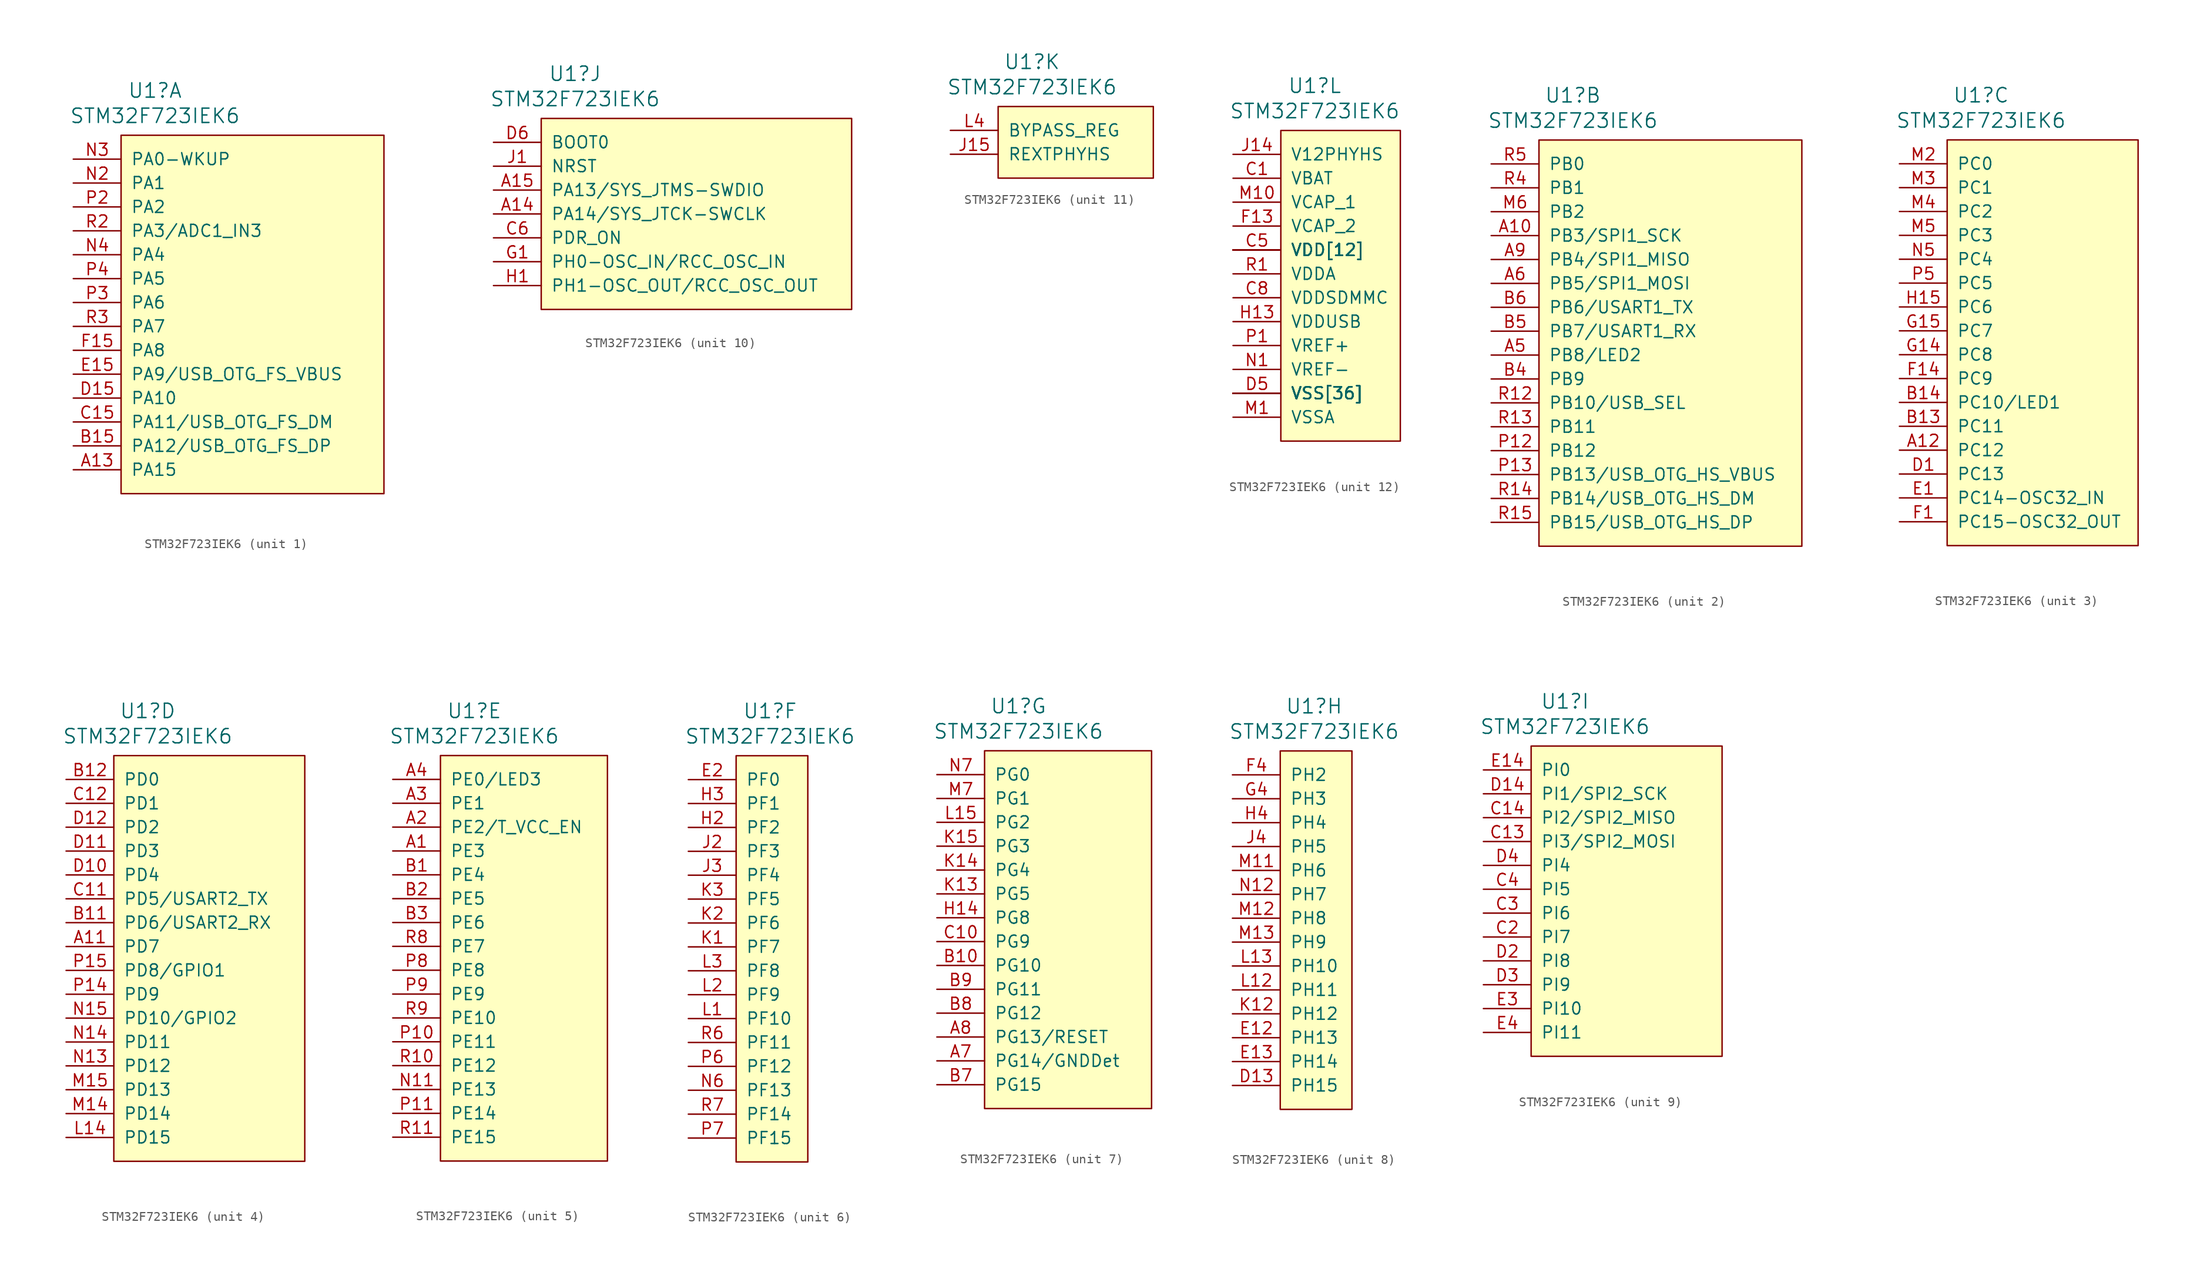
<source format=kicad_sym>
(kicad_symbol_lib
  (version 20241209)
  (generator "kicad_symbol_editor")
  (generator_version "9.0")
  (symbol "STM32F723IEK6"
    (pin_names
      (offset 1.016))
    (property "Reference" "U1"
      (at 8.687 7.29 0)
      (effects (font (size 1.524 1.524))))
    (property "Value" "STM32F723IEK6"
      (at 8.687 4.597 0)
      (effects (font (size 1.524 1.524))))
    (property "ki_locked" ""
      (at 0 0 0)
      (effects (font (size 1.27 1.27))))
    (symbol "STM32F723IEK6_1_1"
      (rectangle (start 5.08 2.54) (end 33.02 -35.56) (stroke (width 0) (type solid)) (fill (type background)))
      (pin bidirectional line (at 0 0 0) (length 5.08) (name "PA0-WKUP" (effects (font (size 1.27 1.27)))) (number "N3" (effects (font (size 1.27 1.27)))))
      (pin bidirectional line (at 0 -2.54 0) (length 5.08) (name "PA1" (effects (font (size 1.27 1.27)))) (number "N2" (effects (font (size 1.27 1.27)))))
      (pin bidirectional line (at 0 -5.08 0) (length 5.08) (name "PA2" (effects (font (size 1.27 1.27)))) (number "P2" (effects (font (size 1.27 1.27)))))
      (pin bidirectional line (at 0 -7.62 0) (length 5.08) (name "PA3/ADC1_IN3" (effects (font (size 1.27 1.27)))) (number "R2" (effects (font (size 1.27 1.27)))))
      (pin bidirectional line (at 0 -10.16 0) (length 5.08) (name "PA4" (effects (font (size 1.27 1.27)))) (number "N4" (effects (font (size 1.27 1.27)))))
      (pin bidirectional line (at 0 -12.7 0) (length 5.08) (name "PA5" (effects (font (size 1.27 1.27)))) (number "P4" (effects (font (size 1.27 1.27)))))
      (pin bidirectional line (at 0 -15.24 0) (length 5.08) (name "PA6" (effects (font (size 1.27 1.27)))) (number "P3" (effects (font (size 1.27 1.27)))))
      (pin bidirectional line (at 0 -17.78 0) (length 5.08) (name "PA7" (effects (font (size 1.27 1.27)))) (number "R3" (effects (font (size 1.27 1.27)))))
      (pin bidirectional line (at 0 -20.32 0) (length 5.08) (name "PA8" (effects (font (size 1.27 1.27)))) (number "F15" (effects (font (size 1.27 1.27)))))
      (pin bidirectional line (at 0 -22.86 0) (length 5.08) (name "PA9/USB_OTG_FS_VBUS" (effects (font (size 1.27 1.27)))) (number "E15" (effects (font (size 1.27 1.27)))))
      (pin bidirectional line (at 0 -25.4 0) (length 5.08) (name "PA10" (effects (font (size 1.27 1.27)))) (number "D15" (effects (font (size 1.27 1.27)))))
      (pin bidirectional line (at 0 -27.94 0) (length 5.08) (name "PA11/USB_OTG_FS_DM" (effects (font (size 1.27 1.27)))) (number "C15" (effects (font (size 1.27 1.27)))))
      (pin bidirectional line (at 0 -30.48 0) (length 5.08) (name "PA12/USB_OTG_FS_DP" (effects (font (size 1.27 1.27)))) (number "B15" (effects (font (size 1.27 1.27)))))
      (pin bidirectional line (at 0 -33.02 0) (length 5.08) (name "PA15" (effects (font (size 1.27 1.27)))) (number "A13" (effects (font (size 1.27 1.27))))))
    (symbol "STM32F723IEK6_2_1"
      (rectangle (start 5.08 2.54) (end 33.02 -40.64) (stroke (width 0) (type solid)) (fill (type background)))
      (pin bidirectional line (at 0 0 0) (length 5.08) (name "PB0" (effects (font (size 1.27 1.27)))) (number "R5" (effects (font (size 1.27 1.27)))))
      (pin bidirectional line (at 0 -2.54 0) (length 5.08) (name "PB1" (effects (font (size 1.27 1.27)))) (number "R4" (effects (font (size 1.27 1.27)))))
      (pin bidirectional line (at 0 -5.08 0) (length 5.08) (name "PB2" (effects (font (size 1.27 1.27)))) (number "M6" (effects (font (size 1.27 1.27)))))
      (pin bidirectional line (at 0 -7.62 0) (length 5.08) (name "PB3/SPI1_SCK" (effects (font (size 1.27 1.27)))) (number "A10" (effects (font (size 1.27 1.27)))))
      (pin bidirectional line (at 0 -10.16 0) (length 5.08) (name "PB4/SPI1_MISO" (effects (font (size 1.27 1.27)))) (number "A9" (effects (font (size 1.27 1.27)))))
      (pin bidirectional line (at 0 -12.7 0) (length 5.08) (name "PB5/SPI1_MOSI" (effects (font (size 1.27 1.27)))) (number "A6" (effects (font (size 1.27 1.27)))))
      (pin bidirectional line (at 0 -15.24 0) (length 5.08) (name "PB6/USART1_TX" (effects (font (size 1.27 1.27)))) (number "B6" (effects (font (size 1.27 1.27)))))
      (pin bidirectional line (at 0 -17.78 0) (length 5.08) (name "PB7/USART1_RX" (effects (font (size 1.27 1.27)))) (number "B5" (effects (font (size 1.27 1.27)))))
      (pin output line (at 0 -20.32 0) (length 5.08) (name "PB8/LED2" (effects (font (size 1.27 1.27)))) (number "A5" (effects (font (size 1.27 1.27)))))
      (pin bidirectional line (at 0 -22.86 0) (length 5.08) (name "PB9" (effects (font (size 1.27 1.27)))) (number "B4" (effects (font (size 1.27 1.27)))))
      (pin output line (at 0 -25.4 0) (length 5.08) (name "PB10/USB_SEL" (effects (font (size 1.27 1.27)))) (number "R12" (effects (font (size 1.27 1.27)))))
      (pin bidirectional line (at 0 -27.94 0) (length 5.08) (name "PB11" (effects (font (size 1.27 1.27)))) (number "R13" (effects (font (size 1.27 1.27)))))
      (pin bidirectional line (at 0 -30.48 0) (length 5.08) (name "PB12" (effects (font (size 1.27 1.27)))) (number "P12" (effects (font (size 1.27 1.27)))))
      (pin bidirectional line (at 0 -33.02 0) (length 5.08) (name "PB13/USB_OTG_HS_VBUS" (effects (font (size 1.27 1.27)))) (number "P13" (effects (font (size 1.27 1.27)))))
      (pin bidirectional line (at 0 -35.56 0) (length 5.08) (name "PB14/USB_OTG_HS_DM" (effects (font (size 1.27 1.27)))) (number "R14" (effects (font (size 1.27 1.27)))))
      (pin bidirectional line (at 0 -38.1 0) (length 5.08) (name "PB15/USB_OTG_HS_DP" (effects (font (size 1.27 1.27)))) (number "R15" (effects (font (size 1.27 1.27))))))
    (symbol "STM32F723IEK6_3_1"
      (rectangle (start 5.08 2.54) (end 25.4 -40.64) (stroke (width 0) (type solid)) (fill (type background)))
      (pin bidirectional line (at 0 0 0) (length 5.08) (name "PC0" (effects (font (size 1.27 1.27)))) (number "M2" (effects (font (size 1.27 1.27)))))
      (pin bidirectional line (at 0 -2.54 0) (length 5.08) (name "PC1" (effects (font (size 1.27 1.27)))) (number "M3" (effects (font (size 1.27 1.27)))))
      (pin bidirectional line (at 0 -5.08 0) (length 5.08) (name "PC2" (effects (font (size 1.27 1.27)))) (number "M4" (effects (font (size 1.27 1.27)))))
      (pin bidirectional line (at 0 -7.62 0) (length 5.08) (name "PC3" (effects (font (size 1.27 1.27)))) (number "M5" (effects (font (size 1.27 1.27)))))
      (pin bidirectional line (at 0 -10.16 0) (length 5.08) (name "PC4" (effects (font (size 1.27 1.27)))) (number "N5" (effects (font (size 1.27 1.27)))))
      (pin bidirectional line (at 0 -12.7 0) (length 5.08) (name "PC5" (effects (font (size 1.27 1.27)))) (number "P5" (effects (font (size 1.27 1.27)))))
      (pin bidirectional line (at 0 -15.24 0) (length 5.08) (name "PC6" (effects (font (size 1.27 1.27)))) (number "H15" (effects (font (size 1.27 1.27)))))
      (pin bidirectional line (at 0 -17.78 0) (length 5.08) (name "PC7" (effects (font (size 1.27 1.27)))) (number "G15" (effects (font (size 1.27 1.27)))))
      (pin bidirectional line (at 0 -20.32 0) (length 5.08) (name "PC8" (effects (font (size 1.27 1.27)))) (number "G14" (effects (font (size 1.27 1.27)))))
      (pin bidirectional line (at 0 -22.86 0) (length 5.08) (name "PC9" (effects (font (size 1.27 1.27)))) (number "F14" (effects (font (size 1.27 1.27)))))
      (pin output line (at 0 -25.4 0) (length 5.08) (name "PC10/LED1" (effects (font (size 1.27 1.27)))) (number "B14" (effects (font (size 1.27 1.27)))))
      (pin bidirectional line (at 0 -27.94 0) (length 5.08) (name "PC11" (effects (font (size 1.27 1.27)))) (number "B13" (effects (font (size 1.27 1.27)))))
      (pin bidirectional line (at 0 -30.48 0) (length 5.08) (name "PC12" (effects (font (size 1.27 1.27)))) (number "A12" (effects (font (size 1.27 1.27)))))
      (pin bidirectional line (at 0 -33.02 0) (length 5.08) (name "PC13" (effects (font (size 1.27 1.27)))) (number "D1" (effects (font (size 1.27 1.27)))))
      (pin bidirectional line (at 0 -35.56 0) (length 5.08) (name "PC14-OSC32_IN" (effects (font (size 1.27 1.27)))) (number "E1" (effects (font (size 1.27 1.27)))))
      (pin bidirectional line (at 0 -38.1 0) (length 5.08) (name "PC15-OSC32_OUT" (effects (font (size 1.27 1.27)))) (number "F1" (effects (font (size 1.27 1.27))))))
    (symbol "STM32F723IEK6_4_1"
      (rectangle (start 5.08 2.54) (end 25.4 -40.64) (stroke (width 0) (type solid)) (fill (type background)))
      (pin bidirectional line (at 0 0 0) (length 5.08) (name "PD0" (effects (font (size 1.27 1.27)))) (number "B12" (effects (font (size 1.27 1.27)))))
      (pin bidirectional line (at 0 -2.54 0) (length 5.08) (name "PD1" (effects (font (size 1.27 1.27)))) (number "C12" (effects (font (size 1.27 1.27)))))
      (pin bidirectional line (at 0 -5.08 0) (length 5.08) (name "PD2" (effects (font (size 1.27 1.27)))) (number "D12" (effects (font (size 1.27 1.27)))))
      (pin bidirectional line (at 0 -7.62 0) (length 5.08) (name "PD3" (effects (font (size 1.27 1.27)))) (number "D11" (effects (font (size 1.27 1.27)))))
      (pin bidirectional line (at 0 -10.16 0) (length 5.08) (name "PD4" (effects (font (size 1.27 1.27)))) (number "D10" (effects (font (size 1.27 1.27)))))
      (pin bidirectional line (at 0 -12.7 0) (length 5.08) (name "PD5/USART2_TX" (effects (font (size 1.27 1.27)))) (number "C11" (effects (font (size 1.27 1.27)))))
      (pin bidirectional line (at 0 -15.24 0) (length 5.08) (name "PD6/USART2_RX" (effects (font (size 1.27 1.27)))) (number "B11" (effects (font (size 1.27 1.27)))))
      (pin bidirectional line (at 0 -17.78 0) (length 5.08) (name "PD7" (effects (font (size 1.27 1.27)))) (number "A11" (effects (font (size 1.27 1.27)))))
      (pin output line (at 0 -20.32 0) (length 5.08) (name "PD8/GPIO1" (effects (font (size 1.27 1.27)))) (number "P15" (effects (font (size 1.27 1.27)))))
      (pin bidirectional line (at 0 -22.86 0) (length 5.08) (name "PD9" (effects (font (size 1.27 1.27)))) (number "P14" (effects (font (size 1.27 1.27)))))
      (pin output line (at 0 -25.4 0) (length 5.08) (name "PD10/GPIO2" (effects (font (size 1.27 1.27)))) (number "N15" (effects (font (size 1.27 1.27)))))
      (pin bidirectional line (at 0 -27.94 0) (length 5.08) (name "PD11" (effects (font (size 1.27 1.27)))) (number "N14" (effects (font (size 1.27 1.27)))))
      (pin bidirectional line (at 0 -30.48 0) (length 5.08) (name "PD12" (effects (font (size 1.27 1.27)))) (number "N13" (effects (font (size 1.27 1.27)))))
      (pin bidirectional line (at 0 -33.02 0) (length 5.08) (name "PD13" (effects (font (size 1.27 1.27)))) (number "M15" (effects (font (size 1.27 1.27)))))
      (pin bidirectional line (at 0 -35.56 0) (length 5.08) (name "PD14" (effects (font (size 1.27 1.27)))) (number "M14" (effects (font (size 1.27 1.27)))))
      (pin bidirectional line (at 0 -38.1 0) (length 5.08) (name "PD15" (effects (font (size 1.27 1.27)))) (number "L14" (effects (font (size 1.27 1.27))))))
    (symbol "STM32F723IEK6_5_1"
      (rectangle (start 5.08 2.54) (end 22.86 -40.64) (stroke (width 0) (type solid)) (fill (type background)))
      (pin output line (at 0 0 0) (length 5.08) (name "PE0/LED3" (effects (font (size 1.27 1.27)))) (number "A4" (effects (font (size 1.27 1.27)))))
      (pin bidirectional line (at 0 -2.54 0) (length 5.08) (name "PE1" (effects (font (size 1.27 1.27)))) (number "A3" (effects (font (size 1.27 1.27)))))
      (pin output line (at 0 -5.08 0) (length 5.08) (name "PE2/T_VCC_EN" (effects (font (size 1.27 1.27)))) (number "A2" (effects (font (size 1.27 1.27)))))
      (pin bidirectional line (at 0 -7.62 0) (length 5.08) (name "PE3" (effects (font (size 1.27 1.27)))) (number "A1" (effects (font (size 1.27 1.27)))))
      (pin bidirectional line (at 0 -10.16 0) (length 5.08) (name "PE4" (effects (font (size 1.27 1.27)))) (number "B1" (effects (font (size 1.27 1.27)))))
      (pin bidirectional line (at 0 -12.7 0) (length 5.08) (name "PE5" (effects (font (size 1.27 1.27)))) (number "B2" (effects (font (size 1.27 1.27)))))
      (pin bidirectional line (at 0 -15.24 0) (length 5.08) (name "PE6" (effects (font (size 1.27 1.27)))) (number "B3" (effects (font (size 1.27 1.27)))))
      (pin bidirectional line (at 0 -17.78 0) (length 5.08) (name "PE7" (effects (font (size 1.27 1.27)))) (number "R8" (effects (font (size 1.27 1.27)))))
      (pin bidirectional line (at 0 -20.32 0) (length 5.08) (name "PE8" (effects (font (size 1.27 1.27)))) (number "P8" (effects (font (size 1.27 1.27)))))
      (pin bidirectional line (at 0 -22.86 0) (length 5.08) (name "PE9" (effects (font (size 1.27 1.27)))) (number "P9" (effects (font (size 1.27 1.27)))))
      (pin bidirectional line (at 0 -25.4 0) (length 5.08) (name "PE10" (effects (font (size 1.27 1.27)))) (number "R9" (effects (font (size 1.27 1.27)))))
      (pin bidirectional line (at 0 -27.94 0) (length 5.08) (name "PE11" (effects (font (size 1.27 1.27)))) (number "P10" (effects (font (size 1.27 1.27)))))
      (pin bidirectional line (at 0 -30.48 0) (length 5.08) (name "PE12" (effects (font (size 1.27 1.27)))) (number "R10" (effects (font (size 1.27 1.27)))))
      (pin bidirectional line (at 0 -33.02 0) (length 5.08) (name "PE13" (effects (font (size 1.27 1.27)))) (number "N11" (effects (font (size 1.27 1.27)))))
      (pin bidirectional line (at 0 -35.56 0) (length 5.08) (name "PE14" (effects (font (size 1.27 1.27)))) (number "P11" (effects (font (size 1.27 1.27)))))
      (pin bidirectional line (at 0 -38.1 0) (length 5.08) (name "PE15" (effects (font (size 1.27 1.27)))) (number "R11" (effects (font (size 1.27 1.27))))))
    (symbol "STM32F723IEK6_6_1"
      (rectangle (start 5.08 2.54) (end 12.7 -40.64) (stroke (width 0) (type solid)) (fill (type background)))
      (pin bidirectional line (at 0 0 0) (length 5.08) (name "PF0" (effects (font (size 1.27 1.27)))) (number "E2" (effects (font (size 1.27 1.27)))))
      (pin bidirectional line (at 0 -2.54 0) (length 5.08) (name "PF1" (effects (font (size 1.27 1.27)))) (number "H3" (effects (font (size 1.27 1.27)))))
      (pin bidirectional line (at 0 -5.08 0) (length 5.08) (name "PF2" (effects (font (size 1.27 1.27)))) (number "H2" (effects (font (size 1.27 1.27)))))
      (pin bidirectional line (at 0 -7.62 0) (length 5.08) (name "PF3" (effects (font (size 1.27 1.27)))) (number "J2" (effects (font (size 1.27 1.27)))))
      (pin bidirectional line (at 0 -10.16 0) (length 5.08) (name "PF4" (effects (font (size 1.27 1.27)))) (number "J3" (effects (font (size 1.27 1.27)))))
      (pin bidirectional line (at 0 -12.7 0) (length 5.08) (name "PF5" (effects (font (size 1.27 1.27)))) (number "K3" (effects (font (size 1.27 1.27)))))
      (pin bidirectional line (at 0 -15.24 0) (length 5.08) (name "PF6" (effects (font (size 1.27 1.27)))) (number "K2" (effects (font (size 1.27 1.27)))))
      (pin bidirectional line (at 0 -17.78 0) (length 5.08) (name "PF7" (effects (font (size 1.27 1.27)))) (number "K1" (effects (font (size 1.27 1.27)))))
      (pin bidirectional line (at 0 -20.32 0) (length 5.08) (name "PF8" (effects (font (size 1.27 1.27)))) (number "L3" (effects (font (size 1.27 1.27)))))
      (pin bidirectional line (at 0 -22.86 0) (length 5.08) (name "PF9" (effects (font (size 1.27 1.27)))) (number "L2" (effects (font (size 1.27 1.27)))))
      (pin bidirectional line (at 0 -25.4 0) (length 5.08) (name "PF10" (effects (font (size 1.27 1.27)))) (number "L1" (effects (font (size 1.27 1.27)))))
      (pin bidirectional line (at 0 -27.94 0) (length 5.08) (name "PF11" (effects (font (size 1.27 1.27)))) (number "R6" (effects (font (size 1.27 1.27)))))
      (pin bidirectional line (at 0 -30.48 0) (length 5.08) (name "PF12" (effects (font (size 1.27 1.27)))) (number "P6" (effects (font (size 1.27 1.27)))))
      (pin bidirectional line (at 0 -33.02 0) (length 5.08) (name "PF13" (effects (font (size 1.27 1.27)))) (number "N6" (effects (font (size 1.27 1.27)))))
      (pin bidirectional line (at 0 -35.56 0) (length 5.08) (name "PF14" (effects (font (size 1.27 1.27)))) (number "R7" (effects (font (size 1.27 1.27)))))
      (pin bidirectional line (at 0 -38.1 0) (length 5.08) (name "PF15" (effects (font (size 1.27 1.27)))) (number "P7" (effects (font (size 1.27 1.27))))))
    (symbol "STM32F723IEK6_7_1"
      (rectangle (start 5.08 2.54) (end 22.86 -35.56) (stroke (width 0) (type solid)) (fill (type background)))
      (pin bidirectional line (at 0 0 0) (length 5.08) (name "PG0" (effects (font (size 1.27 1.27)))) (number "N7" (effects (font (size 1.27 1.27)))))
      (pin bidirectional line (at 0 -2.54 0) (length 5.08) (name "PG1" (effects (font (size 1.27 1.27)))) (number "M7" (effects (font (size 1.27 1.27)))))
      (pin bidirectional line (at 0 -5.08 0) (length 5.08) (name "PG2" (effects (font (size 1.27 1.27)))) (number "L15" (effects (font (size 1.27 1.27)))))
      (pin bidirectional line (at 0 -7.62 0) (length 5.08) (name "PG3" (effects (font (size 1.27 1.27)))) (number "K15" (effects (font (size 1.27 1.27)))))
      (pin bidirectional line (at 0 -10.16 0) (length 5.08) (name "PG4" (effects (font (size 1.27 1.27)))) (number "K14" (effects (font (size 1.27 1.27)))))
      (pin bidirectional line (at 0 -12.7 0) (length 5.08) (name "PG5" (effects (font (size 1.27 1.27)))) (number "K13" (effects (font (size 1.27 1.27)))))
      (pin bidirectional line (at 0 -15.24 0) (length 5.08) (name "PG8" (effects (font (size 1.27 1.27)))) (number "H14" (effects (font (size 1.27 1.27)))))
      (pin bidirectional line (at 0 -17.78 0) (length 5.08) (name "PG9" (effects (font (size 1.27 1.27)))) (number "C10" (effects (font (size 1.27 1.27)))))
      (pin bidirectional line (at 0 -20.32 0) (length 5.08) (name "PG10" (effects (font (size 1.27 1.27)))) (number "B10" (effects (font (size 1.27 1.27)))))
      (pin bidirectional line (at 0 -22.86 0) (length 5.08) (name "PG11" (effects (font (size 1.27 1.27)))) (number "B9" (effects (font (size 1.27 1.27)))))
      (pin bidirectional line (at 0 -25.4 0) (length 5.08) (name "PG12" (effects (font (size 1.27 1.27)))) (number "B8" (effects (font (size 1.27 1.27)))))
      (pin output line (at 0 -27.94 0) (length 5.08) (name "PG13/RESET" (effects (font (size 1.27 1.27)))) (number "A8" (effects (font (size 1.27 1.27)))))
      (pin output line (at 0 -30.48 0) (length 5.08) (name "PG14/GNDDet" (effects (font (size 1.27 1.27)))) (number "A7" (effects (font (size 1.27 1.27)))))
      (pin bidirectional line (at 0 -33.02 0) (length 5.08) (name "PG15" (effects (font (size 1.27 1.27)))) (number "B7" (effects (font (size 1.27 1.27))))))
    (symbol "STM32F723IEK6_8_1"
      (rectangle (start 5.08 2.54) (end 12.7 -35.56) (stroke (width 0) (type solid)) (fill (type background)))
      (pin bidirectional line (at 0 0 0) (length 5.08) (name "PH2" (effects (font (size 1.27 1.27)))) (number "F4" (effects (font (size 1.27 1.27)))))
      (pin bidirectional line (at 0 -2.54 0) (length 5.08) (name "PH3" (effects (font (size 1.27 1.27)))) (number "G4" (effects (font (size 1.27 1.27)))))
      (pin bidirectional line (at 0 -5.08 0) (length 5.08) (name "PH4" (effects (font (size 1.27 1.27)))) (number "H4" (effects (font (size 1.27 1.27)))))
      (pin bidirectional line (at 0 -7.62 0) (length 5.08) (name "PH5" (effects (font (size 1.27 1.27)))) (number "J4" (effects (font (size 1.27 1.27)))))
      (pin bidirectional line (at 0 -10.16 0) (length 5.08) (name "PH6" (effects (font (size 1.27 1.27)))) (number "M11" (effects (font (size 1.27 1.27)))))
      (pin bidirectional line (at 0 -12.7 0) (length 5.08) (name "PH7" (effects (font (size 1.27 1.27)))) (number "N12" (effects (font (size 1.27 1.27)))))
      (pin bidirectional line (at 0 -15.24 0) (length 5.08) (name "PH8" (effects (font (size 1.27 1.27)))) (number "M12" (effects (font (size 1.27 1.27)))))
      (pin bidirectional line (at 0 -17.78 0) (length 5.08) (name "PH9" (effects (font (size 1.27 1.27)))) (number "M13" (effects (font (size 1.27 1.27)))))
      (pin bidirectional line (at 0 -20.32 0) (length 5.08) (name "PH10" (effects (font (size 1.27 1.27)))) (number "L13" (effects (font (size 1.27 1.27)))))
      (pin bidirectional line (at 0 -22.86 0) (length 5.08) (name "PH11" (effects (font (size 1.27 1.27)))) (number "L12" (effects (font (size 1.27 1.27)))))
      (pin bidirectional line (at 0 -25.4 0) (length 5.08) (name "PH12" (effects (font (size 1.27 1.27)))) (number "K12" (effects (font (size 1.27 1.27)))))
      (pin bidirectional line (at 0 -27.94 0) (length 5.08) (name "PH13" (effects (font (size 1.27 1.27)))) (number "E12" (effects (font (size 1.27 1.27)))))
      (pin bidirectional line (at 0 -30.48 0) (length 5.08) (name "PH14" (effects (font (size 1.27 1.27)))) (number "E13" (effects (font (size 1.27 1.27)))))
      (pin bidirectional line (at 0 -33.02 0) (length 5.08) (name "PH15" (effects (font (size 1.27 1.27)))) (number "D13" (effects (font (size 1.27 1.27))))))
    (symbol "STM32F723IEK6_9_1"
      (rectangle (start 5.08 2.54) (end 25.4 -30.48) (stroke (width 0) (type solid)) (fill (type background)))
      (pin bidirectional line (at 0 0 0) (length 5.08) (name "PI0" (effects (font (size 1.27 1.27)))) (number "E14" (effects (font (size 1.27 1.27)))))
      (pin bidirectional line (at 0 -2.54 0) (length 5.08) (name "PI1/SPI2_SCK" (effects (font (size 1.27 1.27)))) (number "D14" (effects (font (size 1.27 1.27)))))
      (pin bidirectional line (at 0 -5.08 0) (length 5.08) (name "PI2/SPI2_MISO" (effects (font (size 1.27 1.27)))) (number "C14" (effects (font (size 1.27 1.27)))))
      (pin bidirectional line (at 0 -7.62 0) (length 5.08) (name "PI3/SPI2_MOSI" (effects (font (size 1.27 1.27)))) (number "C13" (effects (font (size 1.27 1.27)))))
      (pin bidirectional line (at 0 -10.16 0) (length 5.08) (name "PI4" (effects (font (size 1.27 1.27)))) (number "D4" (effects (font (size 1.27 1.27)))))
      (pin bidirectional line (at 0 -12.7 0) (length 5.08) (name "PI5" (effects (font (size 1.27 1.27)))) (number "C4" (effects (font (size 1.27 1.27)))))
      (pin bidirectional line (at 0 -15.24 0) (length 5.08) (name "PI6" (effects (font (size 1.27 1.27)))) (number "C3" (effects (font (size 1.27 1.27)))))
      (pin bidirectional line (at 0 -17.78 0) (length 5.08) (name "PI7" (effects (font (size 1.27 1.27)))) (number "C2" (effects (font (size 1.27 1.27)))))
      (pin bidirectional line (at 0 -20.32 0) (length 5.08) (name "PI8" (effects (font (size 1.27 1.27)))) (number "D2" (effects (font (size 1.27 1.27)))))
      (pin bidirectional line (at 0 -22.86 0) (length 5.08) (name "PI9" (effects (font (size 1.27 1.27)))) (number "D3" (effects (font (size 1.27 1.27)))))
      (pin bidirectional line (at 0 -25.4 0) (length 5.08) (name "PI10" (effects (font (size 1.27 1.27)))) (number "E3" (effects (font (size 1.27 1.27)))))
      (pin bidirectional line (at 0 -27.94 0) (length 5.08) (name "PI11" (effects (font (size 1.27 1.27)))) (number "E4" (effects (font (size 1.27 1.27))))))
    (symbol "STM32F723IEK6_10_1"
      (rectangle (start 5.08 2.54) (end 38.1 -17.78) (stroke (width 0) (type solid)) (fill (type background)))
      (pin input line (at 0 0 0) (length 5.08) (name "BOOT0" (effects (font (size 1.27 1.27)))) (number "D6" (effects (font (size 1.27 1.27)))))
      (pin input line (at 0 -2.54 0) (length 5.08) (name "NRST" (effects (font (size 1.27 1.27)))) (number "J1" (effects (font (size 1.27 1.27)))))
      (pin bidirectional line (at 0 -5.08 0) (length 5.08) (name "PA13/SYS_JTMS-SWDIO" (effects (font (size 1.27 1.27)))) (number "A15" (effects (font (size 1.27 1.27)))))
      (pin bidirectional line (at 0 -7.62 0) (length 5.08) (name "PA14/SYS_JTCK-SWCLK" (effects (font (size 1.27 1.27)))) (number "A14" (effects (font (size 1.27 1.27)))))
      (pin input line (at 0 -10.16 0) (length 5.08) (name "PDR_ON" (effects (font (size 1.27 1.27)))) (number "C6" (effects (font (size 1.27 1.27)))))
      (pin bidirectional line (at 0 -12.7 0) (length 5.08) (name "PH0-OSC_IN/RCC_OSC_IN" (effects (font (size 1.27 1.27)))) (number "G1" (effects (font (size 1.27 1.27)))))
      (pin bidirectional line (at 0 -15.24 0) (length 5.08) (name "PH1-OSC_OUT/RCC_OSC_OUT" (effects (font (size 1.27 1.27)))) (number "H1" (effects (font (size 1.27 1.27))))))
    (symbol "STM32F723IEK6_11_1"
      (rectangle (start 5.08 2.54) (end 21.59 -5.08) (stroke (width 0) (type solid)) (fill (type background)))
      (pin input line (at 0 0 0) (length 5.08) (name "BYPASS_REG" (effects (font (size 1.27 1.27)))) (number "L4" (effects (font (size 1.27 1.27)))))
      (pin bidirectional line (at 0 -2.54 0) (length 5.08) (name "REXTPHYHS" (effects (font (size 1.27 1.27)))) (number "J15" (effects (font (size 1.27 1.27))))))
    (symbol "STM32F723IEK6_12_1"
      (rectangle (start 5.08 2.54) (end 17.78 -30.48) (stroke (width 0) (type solid)) (fill (type background)))
      (pin passive line (at 0 0 0) (length 5.08) (name "V12PHYHS" (effects (font (size 1.27 1.27)))) (number "J14" (effects (font (size 1.27 1.27)))))
      (pin power_in line (at 0 -2.54 0) (length 5.08) (name "VBAT" (effects (font (size 1.27 1.27)))) (number "C1" (effects (font (size 1.27 1.27)))))
      (pin passive line (at 0 -5.08 0) (length 5.08) (name "VCAP_1" (effects (font (size 1.27 1.27)))) (number "M10" (effects (font (size 1.27 1.27)))))
      (pin passive line (at 0 -7.62 0) (length 5.08) (name "VCAP_2" (effects (font (size 1.27 1.27)))) (number "F13" (effects (font (size 1.27 1.27)))))
      (pin power_in line (at 0 -10.16 0) (length 5.08) (name "VDD[12]" (effects (font (size 1.27 1.27)))) (number "C5" (effects (font (size 1.27 1.27)))))
      (pin power_in line (at 0 -10.16 0) (length 5.08) (name "VDD[12]" (effects (font (size 1.27 1.27)))) (number "C7" (effects (font (size 0 0)))))
      (pin power_in line (at 0 -10.16 0) (length 5.08) (name "VDD[12]" (effects (font (size 1.27 1.27)))) (number "C9" (effects (font (size 0 0)))))
      (pin power_in line (at 0 -10.16 0) (length 5.08) (name "VDD[12]" (effects (font (size 1.27 1.27)))) (number "F3" (effects (font (size 0 0)))))
      (pin power_in line (at 0 -10.16 0) (length 5.08) (name "VDD[12]" (effects (font (size 1.27 1.27)))) (number "G13" (effects (font (size 0 0)))))
      (pin power_in line (at 0 -10.16 0) (length 5.08) (name "VDD[12]" (effects (font (size 1.27 1.27)))) (number "G3" (effects (font (size 0 0)))))
      (pin power_in line (at 0 -10.16 0) (length 5.08) (name "VDD[12]" (effects (font (size 1.27 1.27)))) (number "J12" (effects (font (size 0 0)))))
      (pin power_in line (at 0 -10.16 0) (length 5.08) (name "VDD[12]" (effects (font (size 1.27 1.27)))) (number "J13" (effects (font (size 0 0)))))
      (pin power_in line (at 0 -10.16 0) (length 5.08) (name "VDD[12]" (effects (font (size 1.27 1.27)))) (number "K4" (effects (font (size 0 0)))))
      (pin power_in line (at 0 -10.16 0) (length 5.08) (name "VDD[12]" (effects (font (size 1.27 1.27)))) (number "N10" (effects (font (size 0 0)))))
      (pin power_in line (at 0 -10.16 0) (length 5.08) (name "VDD[12]" (effects (font (size 1.27 1.27)))) (number "N8" (effects (font (size 0 0)))))
      (pin power_in line (at 0 -10.16 0) (length 5.08) (name "VDD[12]" (effects (font (size 1.27 1.27)))) (number "N9" (effects (font (size 0 0)))))
      (pin power_in line (at 0 -12.7 0) (length 5.08) (name "VDDA" (effects (font (size 1.27 1.27)))) (number "R1" (effects (font (size 1.27 1.27)))))
      (pin power_in line (at 0 -15.24 0) (length 5.08) (name "VDDSDMMC" (effects (font (size 1.27 1.27)))) (number "C8" (effects (font (size 1.27 1.27)))))
      (pin power_in line (at 0 -17.78 0) (length 5.08) (name "VDDUSB" (effects (font (size 1.27 1.27)))) (number "H13" (effects (font (size 1.27 1.27)))))
      (pin power_in line (at 0 -20.32 0) (length 5.08) (name "VREF+" (effects (font (size 1.27 1.27)))) (number "P1" (effects (font (size 1.27 1.27)))))
      (pin power_in line (at 0 -22.86 0) (length 5.08) (name "VREF-" (effects (font (size 1.27 1.27)))) (number "N1" (effects (font (size 1.27 1.27)))))
      (pin power_in line (at 0 -25.4 0) (length 5.08) (name "VSS[36]" (effects (font (size 1.27 1.27)))) (number "D5" (effects (font (size 1.27 1.27)))))
      (pin power_in line (at 0 -25.4 0) (length 5.08) (name "VSS[36]" (effects (font (size 1.27 1.27)))) (number "D7" (effects (font (size 0 0)))))
      (pin power_in line (at 0 -25.4 0) (length 5.08) (name "VSS[36]" (effects (font (size 1.27 1.27)))) (number "D8" (effects (font (size 0 0)))))
      (pin power_in line (at 0 -25.4 0) (length 5.08) (name "VSS[36]" (effects (font (size 1.27 1.27)))) (number "D9" (effects (font (size 0 0)))))
      (pin power_in line (at 0 -25.4 0) (length 5.08) (name "VSS[36]" (effects (font (size 1.27 1.27)))) (number "F10" (effects (font (size 0 0)))))
      (pin power_in line (at 0 -25.4 0) (length 5.08) (name "VSS[36]" (effects (font (size 1.27 1.27)))) (number "F12" (effects (font (size 0 0)))))
      (pin power_in line (at 0 -25.4 0) (length 5.08) (name "VSS[36]" (effects (font (size 1.27 1.27)))) (number "F2" (effects (font (size 0 0)))))
      (pin power_in line (at 0 -25.4 0) (length 5.08) (name "VSS[36]" (effects (font (size 1.27 1.27)))) (number "F6" (effects (font (size 0 0)))))
      (pin power_in line (at 0 -25.4 0) (length 5.08) (name "VSS[36]" (effects (font (size 1.27 1.27)))) (number "F7" (effects (font (size 0 0)))))
      (pin power_in line (at 0 -25.4 0) (length 5.08) (name "VSS[36]" (effects (font (size 1.27 1.27)))) (number "F8" (effects (font (size 0 0)))))
      (pin power_in line (at 0 -25.4 0) (length 5.08) (name "VSS[36]" (effects (font (size 1.27 1.27)))) (number "F9" (effects (font (size 0 0)))))
      (pin power_in line (at 0 -25.4 0) (length 5.08) (name "VSS[36]" (effects (font (size 1.27 1.27)))) (number "G10" (effects (font (size 0 0)))))
      (pin power_in line (at 0 -25.4 0) (length 5.08) (name "VSS[36]" (effects (font (size 1.27 1.27)))) (number "G12" (effects (font (size 0 0)))))
      (pin power_in line (at 0 -25.4 0) (length 5.08) (name "VSS[36]" (effects (font (size 1.27 1.27)))) (number "G2" (effects (font (size 0 0)))))
      (pin power_in line (at 0 -25.4 0) (length 5.08) (name "VSS[36]" (effects (font (size 1.27 1.27)))) (number "G6" (effects (font (size 0 0)))))
      (pin power_in line (at 0 -25.4 0) (length 5.08) (name "VSS[36]" (effects (font (size 1.27 1.27)))) (number "G7" (effects (font (size 0 0)))))
      (pin power_in line (at 0 -25.4 0) (length 5.08) (name "VSS[36]" (effects (font (size 1.27 1.27)))) (number "G8" (effects (font (size 0 0)))))
      (pin power_in line (at 0 -25.4 0) (length 5.08) (name "VSS[36]" (effects (font (size 1.27 1.27)))) (number "G9" (effects (font (size 0 0)))))
      (pin power_in line (at 0 -25.4 0) (length 5.08) (name "VSS[36]" (effects (font (size 1.27 1.27)))) (number "H10" (effects (font (size 0 0)))))
      (pin power_in line (at 0 -25.4 0) (length 5.08) (name "VSS[36]" (effects (font (size 1.27 1.27)))) (number "H12" (effects (font (size 0 0)))))
      (pin power_in line (at 0 -25.4 0) (length 5.08) (name "VSS[36]" (effects (font (size 1.27 1.27)))) (number "H6" (effects (font (size 0 0)))))
      (pin power_in line (at 0 -25.4 0) (length 5.08) (name "VSS[36]" (effects (font (size 1.27 1.27)))) (number "H7" (effects (font (size 0 0)))))
      (pin power_in line (at 0 -25.4 0) (length 5.08) (name "VSS[36]" (effects (font (size 1.27 1.27)))) (number "H8" (effects (font (size 0 0)))))
      (pin power_in line (at 0 -25.4 0) (length 5.08) (name "VSS[36]" (effects (font (size 1.27 1.27)))) (number "H9" (effects (font (size 0 0)))))
      (pin power_in line (at 0 -25.4 0) (length 5.08) (name "VSS[36]" (effects (font (size 1.27 1.27)))) (number "J10" (effects (font (size 0 0)))))
      (pin power_in line (at 0 -25.4 0) (length 5.08) (name "VSS[36]" (effects (font (size 1.27 1.27)))) (number "J6" (effects (font (size 0 0)))))
      (pin power_in line (at 0 -25.4 0) (length 5.08) (name "VSS[36]" (effects (font (size 1.27 1.27)))) (number "J7" (effects (font (size 0 0)))))
      (pin power_in line (at 0 -25.4 0) (length 5.08) (name "VSS[36]" (effects (font (size 1.27 1.27)))) (number "J8" (effects (font (size 0 0)))))
      (pin power_in line (at 0 -25.4 0) (length 5.08) (name "VSS[36]" (effects (font (size 1.27 1.27)))) (number "J9" (effects (font (size 0 0)))))
      (pin power_in line (at 0 -25.4 0) (length 5.08) (name "VSS[36]" (effects (font (size 1.27 1.27)))) (number "K10" (effects (font (size 0 0)))))
      (pin power_in line (at 0 -25.4 0) (length 5.08) (name "VSS[36]" (effects (font (size 1.27 1.27)))) (number "K6" (effects (font (size 0 0)))))
      (pin power_in line (at 0 -25.4 0) (length 5.08) (name "VSS[36]" (effects (font (size 1.27 1.27)))) (number "K7" (effects (font (size 0 0)))))
      (pin power_in line (at 0 -25.4 0) (length 5.08) (name "VSS[36]" (effects (font (size 1.27 1.27)))) (number "K8" (effects (font (size 0 0)))))
      (pin power_in line (at 0 -25.4 0) (length 5.08) (name "VSS[36]" (effects (font (size 1.27 1.27)))) (number "K9" (effects (font (size 0 0)))))
      (pin power_in line (at 0 -25.4 0) (length 5.08) (name "VSS[36]" (effects (font (size 1.27 1.27)))) (number "M8" (effects (font (size 0 0)))))
      (pin power_in line (at 0 -25.4 0) (length 5.08) (name "VSS[36]" (effects (font (size 1.27 1.27)))) (number "M9" (effects (font (size 0 0)))))
      (pin power_in line (at 0 -27.94 0) (length 5.08) (name "VSSA" (effects (font (size 1.27 1.27)))) (number "M1" (effects (font (size 1.27 1.27))))))))
</source>
